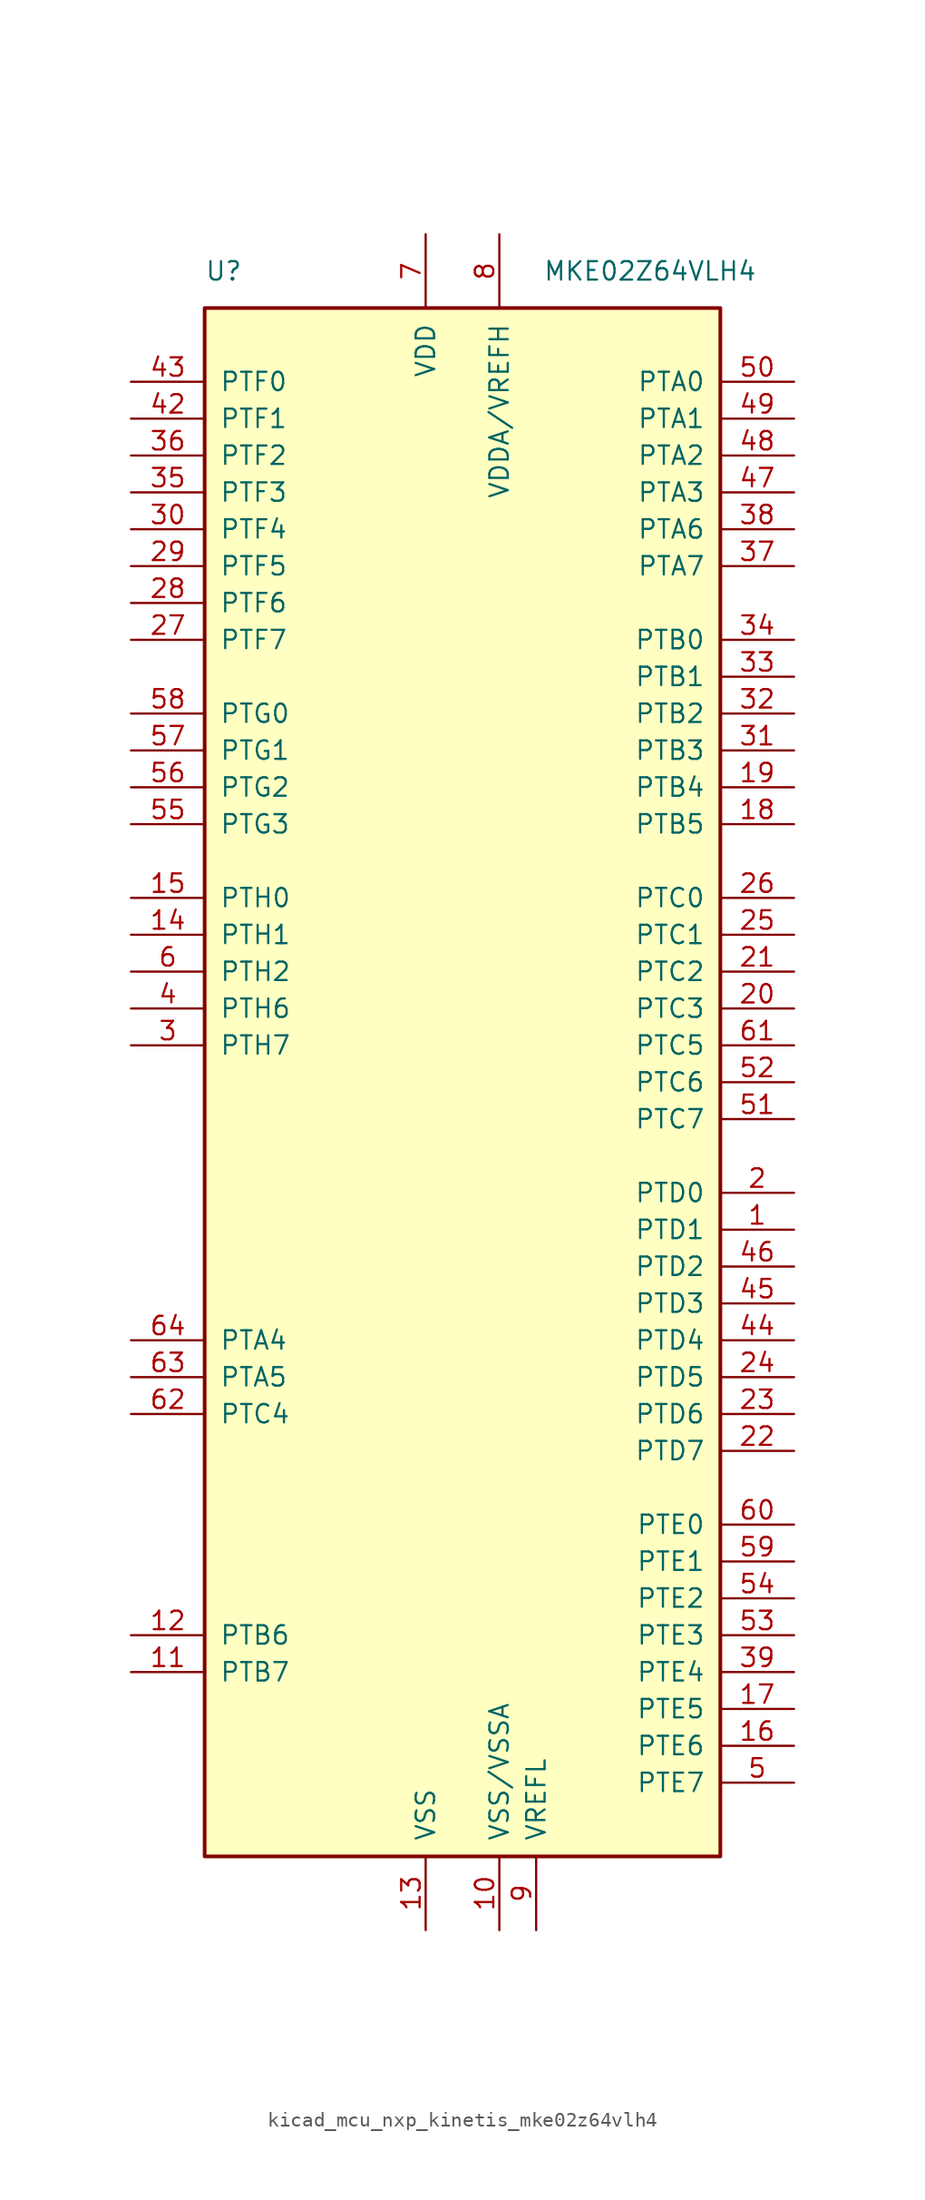
<source format=kicad_sym>
(kicad_symbol_lib
  (version 20220914)
  (generator kicad_symbol_editor)
  (symbol "kicad_mcu_nxp_kinetis_mke02z64vlh4"
    (pin_names
      (offset 1.016))
    (property "Reference" "U"
      (at -17.78 55.88 0)
      (effects (font (size 1.27 1.27)) (justify left)))
    (property "Value" "MKE02Z64VLH4"
      (at 20.32 55.88 0)
      (effects (font (size 1.27 1.27)) (justify right)))
    (symbol "kicad_mcu_nxp_kinetis_mke02z64vlh4_0_1"
      (rectangle (start -17.78 53.34) (end 17.78 -53.34) (stroke (width 0.254) (type default)) (fill (type background))))
    (symbol "kicad_mcu_nxp_kinetis_mke02z64vlh4_1_1"
      (pin bidirectional line (at 22.86 -10.16 180) (length 5.08) (name "PTD1" (effects (font (size 1.27 1.27)))) (number "1" (effects (font (size 1.27 1.27)))))
      (pin power_in line (at 2.54 -58.42 90) (length 5.08) (name "VSS/VSSA" (effects (font (size 1.27 1.27)))) (number "10" (effects (font (size 1.27 1.27)))))
      (pin bidirectional line (at -22.86 -40.64 0) (length 5.08) (name "PTB7" (effects (font (size 1.27 1.27)))) (number "11" (effects (font (size 1.27 1.27)))))
      (pin bidirectional line (at -22.86 -38.1 0) (length 5.08) (name "PTB6" (effects (font (size 1.27 1.27)))) (number "12" (effects (font (size 1.27 1.27)))))
      (pin power_in line (at -2.54 -58.42 90) (length 5.08) (name "VSS" (effects (font (size 1.27 1.27)))) (number "13" (effects (font (size 1.27 1.27)))))
      (pin bidirectional line (at -22.86 10.16 0) (length 5.08) (name "PTH1" (effects (font (size 1.27 1.27)))) (number "14" (effects (font (size 1.27 1.27)))))
      (pin bidirectional line (at -22.86 12.7 0) (length 5.08) (name "PTH0" (effects (font (size 1.27 1.27)))) (number "15" (effects (font (size 1.27 1.27)))))
      (pin bidirectional line (at 22.86 -45.72 180) (length 5.08) (name "PTE6" (effects (font (size 1.27 1.27)))) (number "16" (effects (font (size 1.27 1.27)))))
      (pin bidirectional line (at 22.86 -43.18 180) (length 5.08) (name "PTE5" (effects (font (size 1.27 1.27)))) (number "17" (effects (font (size 1.27 1.27)))))
      (pin bidirectional line (at 22.86 17.78 180) (length 5.08) (name "PTB5" (effects (font (size 1.27 1.27)))) (number "18" (effects (font (size 1.27 1.27)))))
      (pin bidirectional line (at 22.86 20.32 180) (length 5.08) (name "PTB4" (effects (font (size 1.27 1.27)))) (number "19" (effects (font (size 1.27 1.27)))))
      (pin bidirectional line (at 22.86 -7.62 180) (length 5.08) (name "PTD0" (effects (font (size 1.27 1.27)))) (number "2" (effects (font (size 1.27 1.27)))))
      (pin bidirectional line (at 22.86 5.08 180) (length 5.08) (name "PTC3" (effects (font (size 1.27 1.27)))) (number "20" (effects (font (size 1.27 1.27)))))
      (pin bidirectional line (at 22.86 7.62 180) (length 5.08) (name "PTC2" (effects (font (size 1.27 1.27)))) (number "21" (effects (font (size 1.27 1.27)))))
      (pin bidirectional line (at 22.86 -25.4 180) (length 5.08) (name "PTD7" (effects (font (size 1.27 1.27)))) (number "22" (effects (font (size 1.27 1.27)))))
      (pin bidirectional line (at 22.86 -22.86 180) (length 5.08) (name "PTD6" (effects (font (size 1.27 1.27)))) (number "23" (effects (font (size 1.27 1.27)))))
      (pin bidirectional line (at 22.86 -20.32 180) (length 5.08) (name "PTD5" (effects (font (size 1.27 1.27)))) (number "24" (effects (font (size 1.27 1.27)))))
      (pin bidirectional line (at 22.86 10.16 180) (length 5.08) (name "PTC1" (effects (font (size 1.27 1.27)))) (number "25" (effects (font (size 1.27 1.27)))))
      (pin bidirectional line (at 22.86 12.7 180) (length 5.08) (name "PTC0" (effects (font (size 1.27 1.27)))) (number "26" (effects (font (size 1.27 1.27)))))
      (pin bidirectional line (at -22.86 30.48 0) (length 5.08) (name "PTF7" (effects (font (size 1.27 1.27)))) (number "27" (effects (font (size 1.27 1.27)))))
      (pin bidirectional line (at -22.86 33.02 0) (length 5.08) (name "PTF6" (effects (font (size 1.27 1.27)))) (number "28" (effects (font (size 1.27 1.27)))))
      (pin bidirectional line (at -22.86 35.56 0) (length 5.08) (name "PTF5" (effects (font (size 1.27 1.27)))) (number "29" (effects (font (size 1.27 1.27)))))
      (pin bidirectional line (at -22.86 2.54 0) (length 5.08) (name "PTH7" (effects (font (size 1.27 1.27)))) (number "3" (effects (font (size 1.27 1.27)))))
      (pin bidirectional line (at -22.86 38.1 0) (length 5.08) (name "PTF4" (effects (font (size 1.27 1.27)))) (number "30" (effects (font (size 1.27 1.27)))))
      (pin bidirectional line (at 22.86 22.86 180) (length 5.08) (name "PTB3" (effects (font (size 1.27 1.27)))) (number "31" (effects (font (size 1.27 1.27)))))
      (pin bidirectional line (at 22.86 25.4 180) (length 5.08) (name "PTB2" (effects (font (size 1.27 1.27)))) (number "32" (effects (font (size 1.27 1.27)))))
      (pin bidirectional line (at 22.86 27.94 180) (length 5.08) (name "PTB1" (effects (font (size 1.27 1.27)))) (number "33" (effects (font (size 1.27 1.27)))))
      (pin bidirectional line (at 22.86 30.48 180) (length 5.08) (name "PTB0" (effects (font (size 1.27 1.27)))) (number "34" (effects (font (size 1.27 1.27)))))
      (pin bidirectional line (at -22.86 40.64 0) (length 5.08) (name "PTF3" (effects (font (size 1.27 1.27)))) (number "35" (effects (font (size 1.27 1.27)))))
      (pin bidirectional line (at -22.86 43.18 0) (length 5.08) (name "PTF2" (effects (font (size 1.27 1.27)))) (number "36" (effects (font (size 1.27 1.27)))))
      (pin bidirectional line (at 22.86 35.56 180) (length 5.08) (name "PTA7" (effects (font (size 1.27 1.27)))) (number "37" (effects (font (size 1.27 1.27)))))
      (pin bidirectional line (at 22.86 38.1 180) (length 5.08) (name "PTA6" (effects (font (size 1.27 1.27)))) (number "38" (effects (font (size 1.27 1.27)))))
      (pin bidirectional line (at 22.86 -40.64 180) (length 5.08) (name "PTE4" (effects (font (size 1.27 1.27)))) (number "39" (effects (font (size 1.27 1.27)))))
      (pin bidirectional line (at -22.86 5.08 0) (length 5.08) (name "PTH6" (effects (font (size 1.27 1.27)))) (number "4" (effects (font (size 1.27 1.27)))))
      (pin passive line (at -2.54 -58.42 90) (length 5.08) hide (name "VSS" (effects (font (size 1.27 1.27)))) (number "40" (effects (font (size 1.27 1.27)))))
      (pin passive line (at -2.54 58.42 270) (length 5.08) hide (name "VDD" (effects (font (size 1.27 1.27)))) (number "41" (effects (font (size 1.27 1.27)))))
      (pin bidirectional line (at -22.86 45.72 0) (length 5.08) (name "PTF1" (effects (font (size 1.27 1.27)))) (number "42" (effects (font (size 1.27 1.27)))))
      (pin bidirectional line (at -22.86 48.26 0) (length 5.08) (name "PTF0" (effects (font (size 1.27 1.27)))) (number "43" (effects (font (size 1.27 1.27)))))
      (pin bidirectional line (at 22.86 -17.78 180) (length 5.08) (name "PTD4" (effects (font (size 1.27 1.27)))) (number "44" (effects (font (size 1.27 1.27)))))
      (pin bidirectional line (at 22.86 -15.24 180) (length 5.08) (name "PTD3" (effects (font (size 1.27 1.27)))) (number "45" (effects (font (size 1.27 1.27)))))
      (pin bidirectional line (at 22.86 -12.7 180) (length 5.08) (name "PTD2" (effects (font (size 1.27 1.27)))) (number "46" (effects (font (size 1.27 1.27)))))
      (pin bidirectional line (at 22.86 40.64 180) (length 5.08) (name "PTA3" (effects (font (size 1.27 1.27)))) (number "47" (effects (font (size 1.27 1.27)))))
      (pin bidirectional line (at 22.86 43.18 180) (length 5.08) (name "PTA2" (effects (font (size 1.27 1.27)))) (number "48" (effects (font (size 1.27 1.27)))))
      (pin bidirectional line (at 22.86 45.72 180) (length 5.08) (name "PTA1" (effects (font (size 1.27 1.27)))) (number "49" (effects (font (size 1.27 1.27)))))
      (pin bidirectional line (at 22.86 -48.26 180) (length 5.08) (name "PTE7" (effects (font (size 1.27 1.27)))) (number "5" (effects (font (size 1.27 1.27)))))
      (pin bidirectional line (at 22.86 48.26 180) (length 5.08) (name "PTA0" (effects (font (size 1.27 1.27)))) (number "50" (effects (font (size 1.27 1.27)))))
      (pin bidirectional line (at 22.86 -2.54 180) (length 5.08) (name "PTC7" (effects (font (size 1.27 1.27)))) (number "51" (effects (font (size 1.27 1.27)))))
      (pin bidirectional line (at 22.86 0 180) (length 5.08) (name "PTC6" (effects (font (size 1.27 1.27)))) (number "52" (effects (font (size 1.27 1.27)))))
      (pin bidirectional line (at 22.86 -38.1 180) (length 5.08) (name "PTE3" (effects (font (size 1.27 1.27)))) (number "53" (effects (font (size 1.27 1.27)))))
      (pin bidirectional line (at 22.86 -35.56 180) (length 5.08) (name "PTE2" (effects (font (size 1.27 1.27)))) (number "54" (effects (font (size 1.27 1.27)))))
      (pin bidirectional line (at -22.86 17.78 0) (length 5.08) (name "PTG3" (effects (font (size 1.27 1.27)))) (number "55" (effects (font (size 1.27 1.27)))))
      (pin bidirectional line (at -22.86 20.32 0) (length 5.08) (name "PTG2" (effects (font (size 1.27 1.27)))) (number "56" (effects (font (size 1.27 1.27)))))
      (pin bidirectional line (at -22.86 22.86 0) (length 5.08) (name "PTG1" (effects (font (size 1.27 1.27)))) (number "57" (effects (font (size 1.27 1.27)))))
      (pin bidirectional line (at -22.86 25.4 0) (length 5.08) (name "PTG0" (effects (font (size 1.27 1.27)))) (number "58" (effects (font (size 1.27 1.27)))))
      (pin bidirectional line (at 22.86 -33.02 180) (length 5.08) (name "PTE1" (effects (font (size 1.27 1.27)))) (number "59" (effects (font (size 1.27 1.27)))))
      (pin bidirectional line (at -22.86 7.62 0) (length 5.08) (name "PTH2" (effects (font (size 1.27 1.27)))) (number "6" (effects (font (size 1.27 1.27)))))
      (pin bidirectional line (at 22.86 -30.48 180) (length 5.08) (name "PTE0" (effects (font (size 1.27 1.27)))) (number "60" (effects (font (size 1.27 1.27)))))
      (pin bidirectional line (at 22.86 2.54 180) (length 5.08) (name "PTC5" (effects (font (size 1.27 1.27)))) (number "61" (effects (font (size 1.27 1.27)))))
      (pin bidirectional line (at -22.86 -22.86 0) (length 5.08) (name "PTC4" (effects (font (size 1.27 1.27)))) (number "62" (effects (font (size 1.27 1.27)))))
      (pin bidirectional line (at -22.86 -20.32 0) (length 5.08) (name "PTA5" (effects (font (size 1.27 1.27)))) (number "63" (effects (font (size 1.27 1.27)))))
      (pin bidirectional line (at -22.86 -17.78 0) (length 5.08) (name "PTA4" (effects (font (size 1.27 1.27)))) (number "64" (effects (font (size 1.27 1.27)))))
      (pin power_in line (at -2.54 58.42 270) (length 5.08) (name "VDD" (effects (font (size 1.27 1.27)))) (number "7" (effects (font (size 1.27 1.27)))))
      (pin power_in line (at 2.54 58.42 270) (length 5.08) (name "VDDA/VREFH" (effects (font (size 1.27 1.27)))) (number "8" (effects (font (size 1.27 1.27)))))
      (pin power_in line (at 5.08 -58.42 90) (length 5.08) (name "VREFL" (effects (font (size 1.27 1.27)))) (number "9" (effects (font (size 1.27 1.27))))))))
</source>
